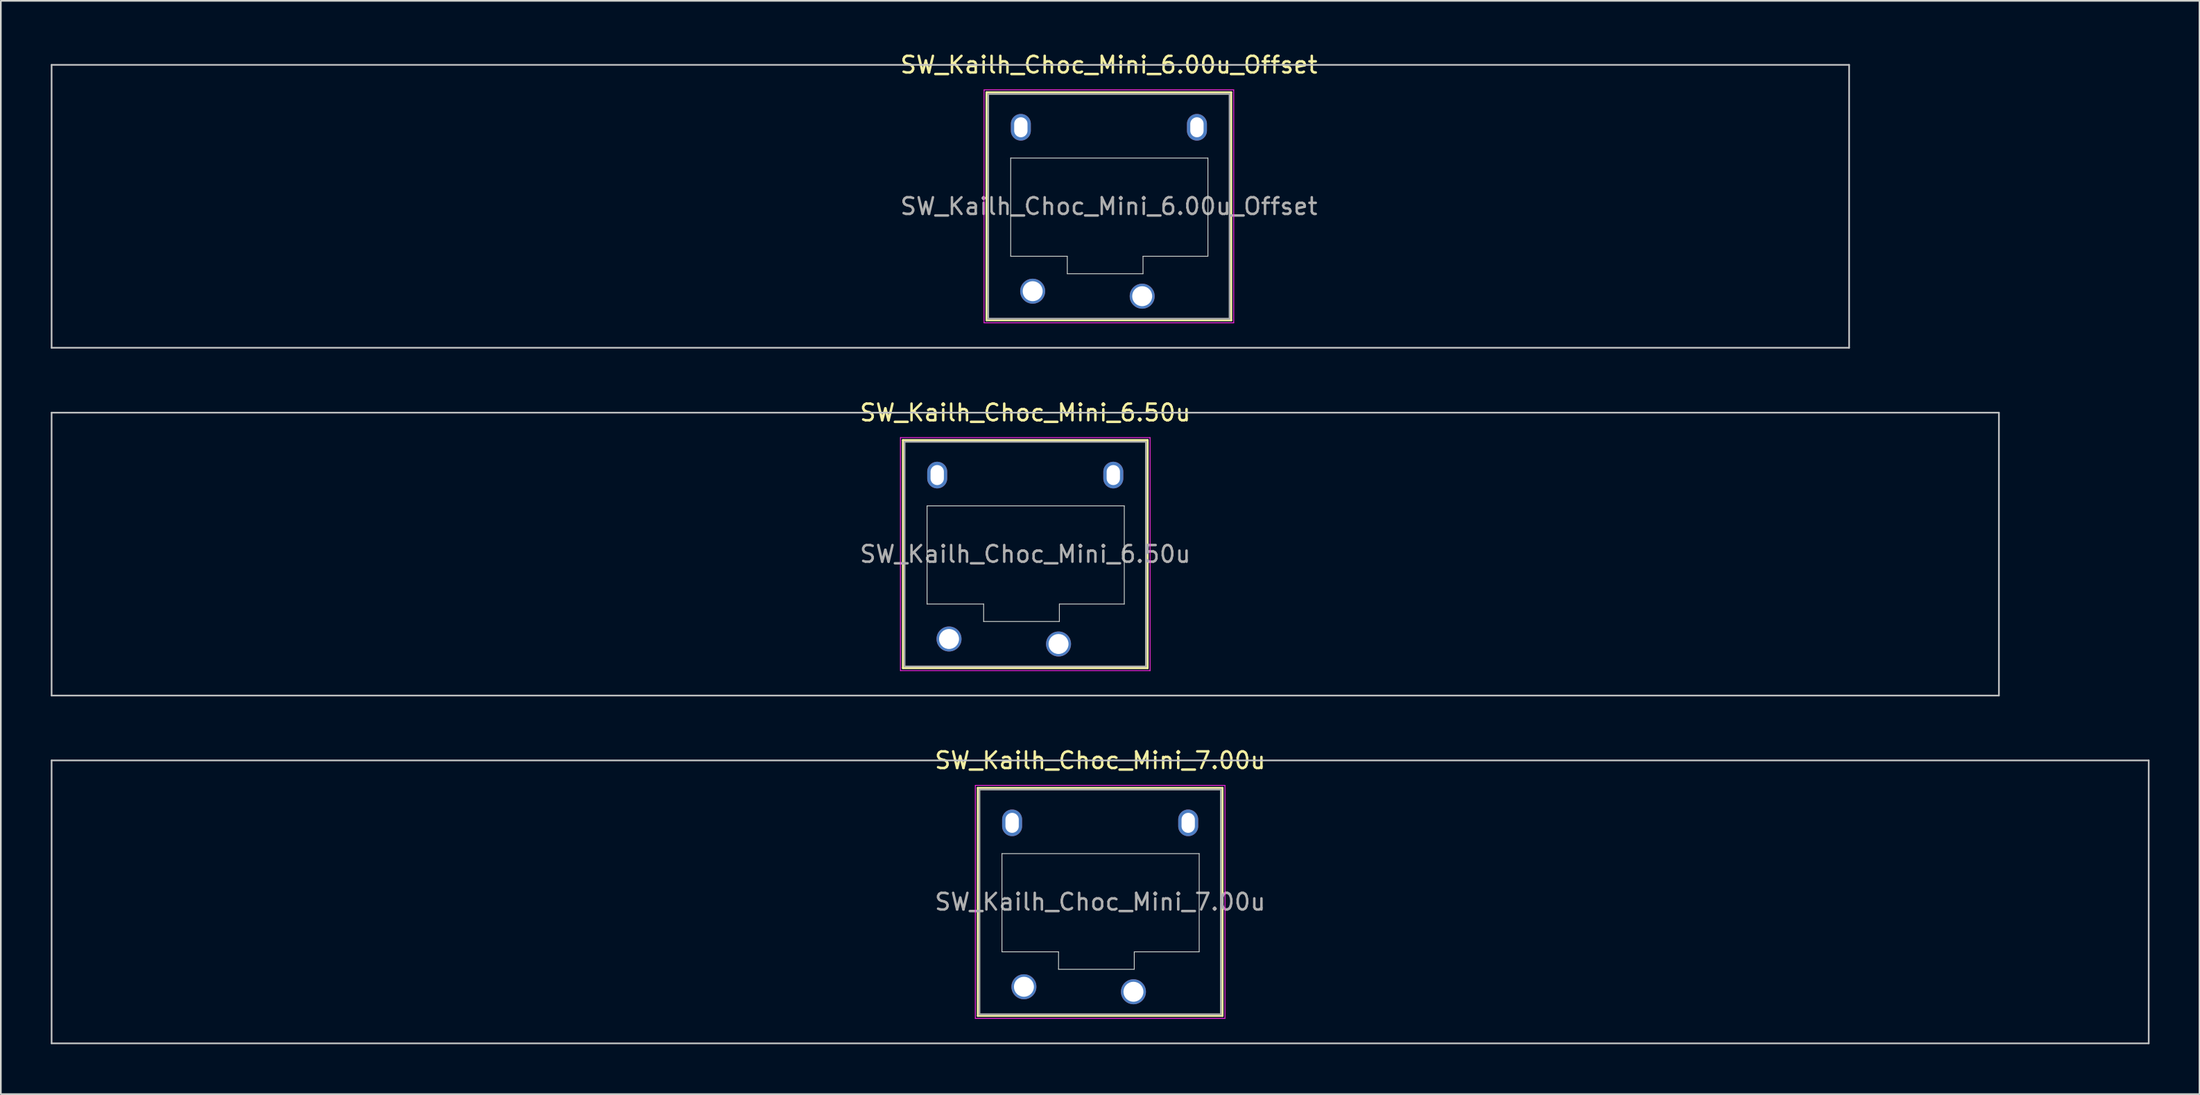
<source format=kicad_pcb>
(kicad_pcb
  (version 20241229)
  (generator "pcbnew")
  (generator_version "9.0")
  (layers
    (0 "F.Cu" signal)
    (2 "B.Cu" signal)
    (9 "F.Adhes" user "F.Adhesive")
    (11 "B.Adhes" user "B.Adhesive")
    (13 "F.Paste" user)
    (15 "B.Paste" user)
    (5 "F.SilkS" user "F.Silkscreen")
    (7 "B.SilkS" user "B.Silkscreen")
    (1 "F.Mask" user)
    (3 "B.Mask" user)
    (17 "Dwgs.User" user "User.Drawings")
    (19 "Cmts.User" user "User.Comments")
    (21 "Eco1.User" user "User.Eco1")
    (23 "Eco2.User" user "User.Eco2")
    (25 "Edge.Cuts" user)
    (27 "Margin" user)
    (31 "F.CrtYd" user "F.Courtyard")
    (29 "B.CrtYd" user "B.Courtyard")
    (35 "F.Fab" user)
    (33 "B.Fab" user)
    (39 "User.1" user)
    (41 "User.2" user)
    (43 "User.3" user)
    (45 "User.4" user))
  (footprint "SW_Kailh_Choc_Mini_7.00u"
    (layer "F.Cu")
    (at 63.05 51.145)
    (property "Reference" "SW_Kailh_Choc_Mini_7.00u" (at 0 -8.5 0) (layer "F.SilkS") (effects (font (size 1 1) (thickness 0.15))))
    (attr through_hole)
    (fp_line (start -7.35 -6.85) (end -7.35 6.85) (stroke (width 0.12) (type solid)) (layer "F.SilkS"))
    (fp_line (start -7.35 6.85) (end 7.35 6.85) (stroke (width 0.12) (type solid)) (layer "F.SilkS"))
    (fp_line (start 7.35 -6.85) (end -7.35 -6.85) (stroke (width 0.12) (type solid)) (layer "F.SilkS"))
    (fp_line (start 7.35 6.85) (end 7.35 -6.85) (stroke (width 0.12) (type solid)) (layer "F.SilkS"))
    (fp_line (start -63 -8.5) (end -63 8.5) (stroke (width 0.1) (type solid)) (layer "Dwgs.User"))
    (fp_line (start -63 8.5) (end 63 8.5) (stroke (width 0.1) (type solid)) (layer "Dwgs.User"))
    (fp_line (start 63 -8.5) (end -63 -8.5) (stroke (width 0.1) (type solid)) (layer "Dwgs.User"))
    (fp_line (start 63 8.5) (end 63 -8.5) (stroke (width 0.1) (type solid)) (layer "Dwgs.User"))
    (fp_line (start -6.85 -6.35) (end -6.85 6.35) (stroke (width 0.1) (type solid)) (layer "Eco1.User"))
    (fp_line (start -6.85 6.35) (end 6.85 6.35) (stroke (width 0.1) (type solid)) (layer "Eco1.User"))
    (fp_line (start 6.85 -6.35) (end -6.85 -6.35) (stroke (width 0.1) (type solid)) (layer "Eco1.User"))
    (fp_line (start 6.85 6.35) (end 6.85 -6.35) (stroke (width 0.1) (type solid)) (layer "Eco1.User"))
    (fp_line (start -5.9 -2.9) (end -5.9 3) (stroke (width 0.05) (type solid)) (layer "Edge.Cuts"))
    (fp_line (start -5.9 3) (end -2.5 3) (stroke (width 0.05) (type solid)) (layer "Edge.Cuts"))
    (fp_line (start -2.5 3) (end -2.5 4.05) (stroke (width 0.05) (type solid)) (layer "Edge.Cuts"))
    (fp_line (start -2.5 4.05) (end 2.05 4.05) (stroke (width 0.05) (type solid)) (layer "Edge.Cuts"))
    (fp_line (start 2.05 3) (end 5.95 3) (stroke (width 0.05) (type solid)) (layer "Edge.Cuts"))
    (fp_line (start 2.05 4.05) (end 2.05 3) (stroke (width 0.05) (type solid)) (layer "Edge.Cuts"))
    (fp_line (start 5.95 -2.9) (end -5.9 -2.9) (stroke (width 0.05) (type solid)) (layer "Edge.Cuts"))
    (fp_line (start 5.95 3) (end 5.95 -2.9) (stroke (width 0.05) (type solid)) (layer "Edge.Cuts"))
    (fp_line (start -7.5 -7) (end -7.5 7) (stroke (width 0.05) (type solid)) (layer "F.CrtYd"))
    (fp_line (start -7.5 7) (end 7.5 7) (stroke (width 0.05) (type solid)) (layer "F.CrtYd"))
    (fp_line (start 7.5 -7) (end -7.5 -7) (stroke (width 0.05) (type solid)) (layer "F.CrtYd"))
    (fp_line (start 7.5 7) (end 7.5 -7) (stroke (width 0.05) (type solid)) (layer "F.CrtYd"))
    (fp_line (start -7.25 -6.75) (end -7.25 6.75) (stroke (width 0.1) (type solid)) (layer "F.Fab"))
    (fp_line (start -7.25 6.75) (end 7.25 6.75) (stroke (width 0.1) (type solid)) (layer "F.Fab"))
    (fp_line (start 7.25 -6.75) (end -7.25 -6.75) (stroke (width 0.1) (type solid)) (layer "F.Fab"))
    (fp_line (start 7.25 6.75) (end 7.25 -6.75) (stroke (width 0.1) (type solid)) (layer "F.Fab"))
    (fp_text user "${REFERENCE}" (at 0 0 0) (layer "F.Fab") (effects (font (size 1 1) (thickness 0.15))))
    (pad "" np_thru_hole oval (at -5.29 -4.75) (size 1.2 1.6) (drill oval 0.8 1.2) (layers "*.Cu" "*.Mask"))
    (pad "" smd circle (at -4.58 5.1) (size 1.25 1.25) (layers "F.Mask"))
    (pad "" smd circle (at 2 5.4) (size 1.25 1.25) (layers "F.Mask"))
    (pad "" np_thru_hole oval (at 5.29 -4.75) (size 1.2 1.6) (drill oval 0.8 1.2) (layers "*.Cu" "*.Mask"))
    (pad "1" thru_hole circle (at 2 5.4) (size 1.5 1.5) (drill 1.2) (layers "*.Cu" "B.Mask"))
    (pad "2" thru_hole circle (at -4.58 5.1) (size 1.5 1.5) (drill 1.2) (layers "*.Cu" "B.Mask")))
  (footprint "SW_Kailh_Choc_Mini_6.00u_Offset"
    (layer "F.Cu")
    (at 63.575 9.348)
    (property "Reference" "SW_Kailh_Choc_Mini_6.00u_Offset" (at 0 -8.5 0) (layer "F.SilkS") (effects (font (size 1 1) (thickness 0.15))))
    (attr through_hole)
    (fp_line (start -7.35 -6.85) (end -7.35 6.85) (stroke (width 0.12) (type solid)) (layer "F.SilkS"))
    (fp_line (start -7.35 6.85) (end 7.35 6.85) (stroke (width 0.12) (type solid)) (layer "F.SilkS"))
    (fp_line (start 7.35 -6.85) (end -7.35 -6.85) (stroke (width 0.12) (type solid)) (layer "F.SilkS"))
    (fp_line (start 7.35 6.85) (end 7.35 -6.85) (stroke (width 0.12) (type solid)) (layer "F.SilkS"))
    (fp_line (start -63.525 -8.5) (end -63.525 8.5) (stroke (width 0.1) (type solid)) (layer "Dwgs.User"))
    (fp_line (start -63.525 8.5) (end 44.475 8.5) (stroke (width 0.1) (type solid)) (layer "Dwgs.User"))
    (fp_line (start 44.475 -8.5) (end -63.525 -8.5) (stroke (width 0.1) (type solid)) (layer "Dwgs.User"))
    (fp_line (start 44.475 8.5) (end 44.475 -8.5) (stroke (width 0.1) (type solid)) (layer "Dwgs.User"))
    (fp_line (start -6.85 -6.35) (end -6.85 6.35) (stroke (width 0.1) (type solid)) (layer "Eco1.User"))
    (fp_line (start -6.85 6.35) (end 6.85 6.35) (stroke (width 0.1) (type solid)) (layer "Eco1.User"))
    (fp_line (start 6.85 -6.35) (end -6.85 -6.35) (stroke (width 0.1) (type solid)) (layer "Eco1.User"))
    (fp_line (start 6.85 6.35) (end 6.85 -6.35) (stroke (width 0.1) (type solid)) (layer "Eco1.User"))
    (fp_line (start -5.9 -2.9) (end -5.9 3) (stroke (width 0.05) (type solid)) (layer "Edge.Cuts"))
    (fp_line (start -5.9 3) (end -2.5 3) (stroke (width 0.05) (type solid)) (layer "Edge.Cuts"))
    (fp_line (start -2.5 3) (end -2.5 4.05) (stroke (width 0.05) (type solid)) (layer "Edge.Cuts"))
    (fp_line (start -2.5 4.05) (end 2.05 4.05) (stroke (width 0.05) (type solid)) (layer "Edge.Cuts"))
    (fp_line (start 2.05 3) (end 5.95 3) (stroke (width 0.05) (type solid)) (layer "Edge.Cuts"))
    (fp_line (start 2.05 4.05) (end 2.05 3) (stroke (width 0.05) (type solid)) (layer "Edge.Cuts"))
    (fp_line (start 5.95 -2.9) (end -5.9 -2.9) (stroke (width 0.05) (type solid)) (layer "Edge.Cuts"))
    (fp_line (start 5.95 3) (end 5.95 -2.9) (stroke (width 0.05) (type solid)) (layer "Edge.Cuts"))
    (fp_line (start -7.5 -7) (end -7.5 7) (stroke (width 0.05) (type solid)) (layer "F.CrtYd"))
    (fp_line (start -7.5 7) (end 7.5 7) (stroke (width 0.05) (type solid)) (layer "F.CrtYd"))
    (fp_line (start 7.5 -7) (end -7.5 -7) (stroke (width 0.05) (type solid)) (layer "F.CrtYd"))
    (fp_line (start 7.5 7) (end 7.5 -7) (stroke (width 0.05) (type solid)) (layer "F.CrtYd"))
    (fp_line (start -7.25 -6.75) (end -7.25 6.75) (stroke (width 0.1) (type solid)) (layer "F.Fab"))
    (fp_line (start -7.25 6.75) (end 7.25 6.75) (stroke (width 0.1) (type solid)) (layer "F.Fab"))
    (fp_line (start 7.25 -6.75) (end -7.25 -6.75) (stroke (width 0.1) (type solid)) (layer "F.Fab"))
    (fp_line (start 7.25 6.75) (end 7.25 -6.75) (stroke (width 0.1) (type solid)) (layer "F.Fab"))
    (fp_text user "${REFERENCE}" (at 0 0 0) (layer "F.Fab") (effects (font (size 1 1) (thickness 0.15))))
    (pad "" np_thru_hole oval (at -5.29 -4.75) (size 1.2 1.6) (drill oval 0.8 1.2) (layers "*.Cu" "*.Mask"))
    (pad "" smd circle (at -4.58 5.1) (size 1.25 1.25) (layers "F.Mask"))
    (pad "" smd circle (at 2 5.4) (size 1.25 1.25) (layers "F.Mask"))
    (pad "" np_thru_hole oval (at 5.29 -4.75) (size 1.2 1.6) (drill oval 0.8 1.2) (layers "*.Cu" "*.Mask"))
    (pad "1" thru_hole circle (at 2 5.4) (size 1.5 1.5) (drill 1.2) (layers "*.Cu" "B.Mask"))
    (pad "2" thru_hole circle (at -4.58 5.1) (size 1.5 1.5) (drill 1.2) (layers "*.Cu" "B.Mask")))
  (footprint "SW_Kailh_Choc_Mini_6.50u"
    (layer "F.Cu")
    (at 58.55 30.247)
    (property "Reference" "SW_Kailh_Choc_Mini_6.50u" (at 0 -8.5 0) (layer "F.SilkS") (effects (font (size 1 1) (thickness 0.15))))
    (attr through_hole)
    (fp_line (start -7.35 -6.85) (end -7.35 6.85) (stroke (width 0.12) (type solid)) (layer "F.SilkS"))
    (fp_line (start -7.35 6.85) (end 7.35 6.85) (stroke (width 0.12) (type solid)) (layer "F.SilkS"))
    (fp_line (start 7.35 -6.85) (end -7.35 -6.85) (stroke (width 0.12) (type solid)) (layer "F.SilkS"))
    (fp_line (start 7.35 6.85) (end 7.35 -6.85) (stroke (width 0.12) (type solid)) (layer "F.SilkS"))
    (fp_line (start -58.5 -8.5) (end -58.5 8.5) (stroke (width 0.1) (type solid)) (layer "Dwgs.User"))
    (fp_line (start -58.5 8.5) (end 58.5 8.5) (stroke (width 0.1) (type solid)) (layer "Dwgs.User"))
    (fp_line (start 58.5 -8.5) (end -58.5 -8.5) (stroke (width 0.1) (type solid)) (layer "Dwgs.User"))
    (fp_line (start 58.5 8.5) (end 58.5 -8.5) (stroke (width 0.1) (type solid)) (layer "Dwgs.User"))
    (fp_line (start -6.85 -6.35) (end -6.85 6.35) (stroke (width 0.1) (type solid)) (layer "Eco1.User"))
    (fp_line (start -6.85 6.35) (end 6.85 6.35) (stroke (width 0.1) (type solid)) (layer "Eco1.User"))
    (fp_line (start 6.85 -6.35) (end -6.85 -6.35) (stroke (width 0.1) (type solid)) (layer "Eco1.User"))
    (fp_line (start 6.85 6.35) (end 6.85 -6.35) (stroke (width 0.1) (type solid)) (layer "Eco1.User"))
    (fp_line (start -5.9 -2.9) (end -5.9 3) (stroke (width 0.05) (type solid)) (layer "Edge.Cuts"))
    (fp_line (start -5.9 3) (end -2.5 3) (stroke (width 0.05) (type solid)) (layer "Edge.Cuts"))
    (fp_line (start -2.5 3) (end -2.5 4.05) (stroke (width 0.05) (type solid)) (layer "Edge.Cuts"))
    (fp_line (start -2.5 4.05) (end 2.05 4.05) (stroke (width 0.05) (type solid)) (layer "Edge.Cuts"))
    (fp_line (start 2.05 3) (end 5.95 3) (stroke (width 0.05) (type solid)) (layer "Edge.Cuts"))
    (fp_line (start 2.05 4.05) (end 2.05 3) (stroke (width 0.05) (type solid)) (layer "Edge.Cuts"))
    (fp_line (start 5.95 -2.9) (end -5.9 -2.9) (stroke (width 0.05) (type solid)) (layer "Edge.Cuts"))
    (fp_line (start 5.95 3) (end 5.95 -2.9) (stroke (width 0.05) (type solid)) (layer "Edge.Cuts"))
    (fp_line (start -7.5 -7) (end -7.5 7) (stroke (width 0.05) (type solid)) (layer "F.CrtYd"))
    (fp_line (start -7.5 7) (end 7.5 7) (stroke (width 0.05) (type solid)) (layer "F.CrtYd"))
    (fp_line (start 7.5 -7) (end -7.5 -7) (stroke (width 0.05) (type solid)) (layer "F.CrtYd"))
    (fp_line (start 7.5 7) (end 7.5 -7) (stroke (width 0.05) (type solid)) (layer "F.CrtYd"))
    (fp_line (start -7.25 -6.75) (end -7.25 6.75) (stroke (width 0.1) (type solid)) (layer "F.Fab"))
    (fp_line (start -7.25 6.75) (end 7.25 6.75) (stroke (width 0.1) (type solid)) (layer "F.Fab"))
    (fp_line (start 7.25 -6.75) (end -7.25 -6.75) (stroke (width 0.1) (type solid)) (layer "F.Fab"))
    (fp_line (start 7.25 6.75) (end 7.25 -6.75) (stroke (width 0.1) (type solid)) (layer "F.Fab"))
    (fp_text user "${REFERENCE}" (at 0 0 0) (layer "F.Fab") (effects (font (size 1 1) (thickness 0.15))))
    (pad "" np_thru_hole oval (at -5.29 -4.75) (size 1.2 1.6) (drill oval 0.8 1.2) (layers "*.Cu" "*.Mask"))
    (pad "" smd circle (at -4.58 5.1) (size 1.25 1.25) (layers "F.Mask"))
    (pad "" smd circle (at 2 5.4) (size 1.25 1.25) (layers "F.Mask"))
    (pad "" np_thru_hole oval (at 5.29 -4.75) (size 1.2 1.6) (drill oval 0.8 1.2) (layers "*.Cu" "*.Mask"))
    (pad "1" thru_hole circle (at 2 5.4) (size 1.5 1.5) (drill 1.2) (layers "*.Cu" "B.Mask"))
    (pad "2" thru_hole circle (at -4.58 5.1) (size 1.5 1.5) (drill 1.2) (layers "*.Cu" "B.Mask")))
  (gr_rect
    (start -3 -3)
    (end 129.1 62.695)
    (stroke (width 0.1) (type default))
    (fill no)
    (layer "Edge.Cuts")))
</source>
